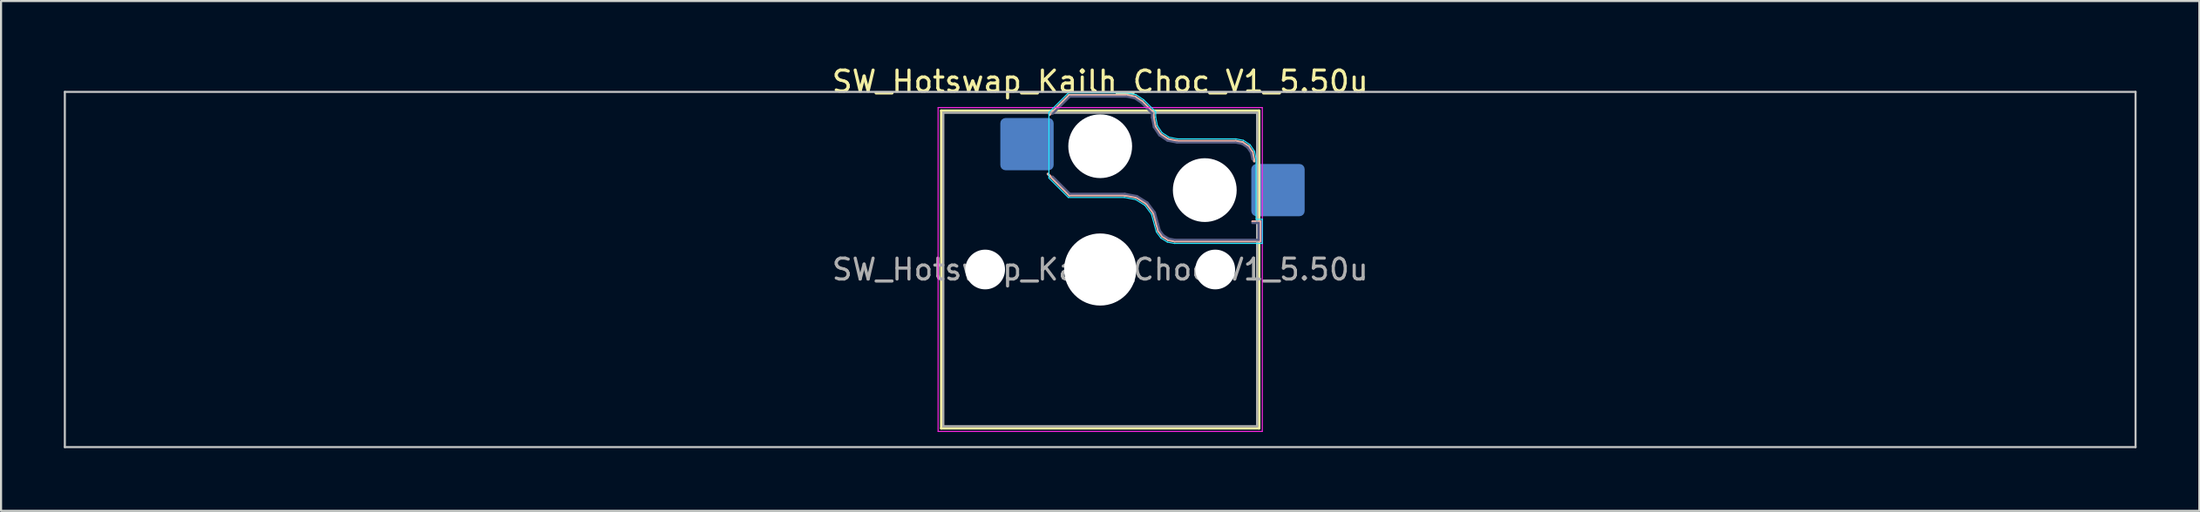
<source format=kicad_pcb>
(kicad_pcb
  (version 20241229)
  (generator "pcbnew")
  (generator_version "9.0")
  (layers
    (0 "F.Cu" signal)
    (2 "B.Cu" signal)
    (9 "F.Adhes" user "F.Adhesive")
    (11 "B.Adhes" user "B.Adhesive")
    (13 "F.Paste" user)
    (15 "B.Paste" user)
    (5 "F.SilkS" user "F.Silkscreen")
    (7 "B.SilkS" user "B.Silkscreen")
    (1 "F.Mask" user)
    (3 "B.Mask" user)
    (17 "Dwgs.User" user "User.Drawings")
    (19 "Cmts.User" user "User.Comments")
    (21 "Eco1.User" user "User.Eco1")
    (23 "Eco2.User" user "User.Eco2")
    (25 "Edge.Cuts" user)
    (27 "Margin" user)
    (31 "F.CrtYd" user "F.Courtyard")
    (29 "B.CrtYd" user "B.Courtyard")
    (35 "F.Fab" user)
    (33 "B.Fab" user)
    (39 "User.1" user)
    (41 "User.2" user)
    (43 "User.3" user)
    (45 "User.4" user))
  (footprint "SW_Hotswap_Kailh_Choc_V1_5.50u"
    (layer "F.Cu")
    (at 49.55 9.848)
    (property "Reference" "SW_Hotswap_Kailh_Choc_V1_5.50u" (at 0 -9 0) (layer "F.SilkS") (effects (font (size 1 1) (thickness 0.15))))
    (attr smd)
    (fp_line (start -7.6 -7.6) (end -7.6 7.6) (stroke (width 0.12) (type solid)) (layer "F.SilkS"))
    (fp_line (start -7.6 7.6) (end 7.6 7.6) (stroke (width 0.12) (type solid)) (layer "F.SilkS"))
    (fp_line (start 7.6 -7.6) (end -7.6 -7.6) (stroke (width 0.12) (type solid)) (layer "F.SilkS"))
    (fp_line (start 7.6 7.6) (end 7.6 -7.6) (stroke (width 0.12) (type solid)) (layer "F.SilkS"))
    (fp_line (start -2.416 -7.409) (end -1.479 -8.346) (stroke (width 0.12) (type solid)) (layer "B.SilkS"))
    (fp_line (start -1.479 -8.346) (end 1.268 -8.346) (stroke (width 0.12) (type solid)) (layer "B.SilkS"))
    (fp_line (start -1.479 -3.554) (end -2.5 -4.575) (stroke (width 0.12) (type solid)) (layer "B.SilkS"))
    (fp_line (start 1.168 -3.554) (end -1.479 -3.554) (stroke (width 0.12) (type solid)) (layer "B.SilkS"))
    (fp_line (start 1.268 -8.346) (end 1.671 -8.266) (stroke (width 0.12) (type solid)) (layer "B.SilkS"))
    (fp_line (start 1.671 -8.266) (end 2.013 -8.037) (stroke (width 0.12) (type solid)) (layer "B.SilkS"))
    (fp_line (start 1.73 -3.449) (end 1.168 -3.554) (stroke (width 0.12) (type solid)) (layer "B.SilkS"))
    (fp_line (start 2.013 -8.037) (end 2.546 -7.504) (stroke (width 0.12) (type solid)) (layer "B.SilkS"))
    (fp_line (start 2.209 -3.15) (end 1.73 -3.449) (stroke (width 0.12) (type solid)) (layer "B.SilkS"))
    (fp_line (start 2.546 -7.504) (end 2.546 -7.282) (stroke (width 0.12) (type solid)) (layer "B.SilkS"))
    (fp_line (start 2.546 -7.282) (end 2.633 -6.844) (stroke (width 0.12) (type solid)) (layer "B.SilkS"))
    (fp_line (start 2.547 -2.697) (end 2.209 -3.15) (stroke (width 0.12) (type solid)) (layer "B.SilkS"))
    (fp_line (start 2.633 -6.844) (end 2.877 -6.477) (stroke (width 0.12) (type solid)) (layer "B.SilkS"))
    (fp_line (start 2.701 -2.139) (end 2.547 -2.697) (stroke (width 0.12) (type solid)) (layer "B.SilkS"))
    (fp_line (start 2.783 -1.841) (end 2.701 -2.139) (stroke (width 0.12) (type solid)) (layer "B.SilkS"))
    (fp_line (start 2.877 -6.477) (end 3.244 -6.233) (stroke (width 0.12) (type solid)) (layer "B.SilkS"))
    (fp_line (start 2.976 -1.583) (end 2.783 -1.841) (stroke (width 0.12) (type solid)) (layer "B.SilkS"))
    (fp_line (start 3.244 -6.233) (end 3.682 -6.146) (stroke (width 0.12) (type solid)) (layer "B.SilkS"))
    (fp_line (start 3.25 -1.413) (end 2.976 -1.583) (stroke (width 0.12) (type solid)) (layer "B.SilkS"))
    (fp_line (start 3.56 -1.354) (end 3.25 -1.413) (stroke (width 0.12) (type solid)) (layer "B.SilkS"))
    (fp_line (start 3.682 -6.146) (end 6.482 -6.146) (stroke (width 0.12) (type solid)) (layer "B.SilkS"))
    (fp_line (start 6.482 -6.146) (end 6.809 -6.081) (stroke (width 0.12) (type solid)) (layer "B.SilkS"))
    (fp_line (start 6.809 -6.081) (end 7.092 -5.892) (stroke (width 0.12) (type solid)) (layer "B.SilkS"))
    (fp_line (start 7.092 -5.892) (end 7.281 -5.609) (stroke (width 0.12) (type solid)) (layer "B.SilkS"))
    (fp_line (start 7.281 -5.609) (end 7.366 -5.182) (stroke (width 0.12) (type solid)) (layer "B.SilkS"))
    (fp_line (start 7.283 -2.296) (end 7.646 -2.296) (stroke (width 0.12) (type solid)) (layer "B.SilkS"))
    (fp_line (start 7.646 -2.296) (end 7.646 -1.354) (stroke (width 0.12) (type solid)) (layer "B.SilkS"))
    (fp_line (start 7.646 -1.354) (end 3.56 -1.354) (stroke (width 0.12) (type solid)) (layer "B.SilkS"))
    (fp_line (start -49.5 -8.5) (end -49.5 8.5) (stroke (width 0.1) (type solid)) (layer "Dwgs.User"))
    (fp_line (start -49.5 8.5) (end 49.5 8.5) (stroke (width 0.1) (type solid)) (layer "Dwgs.User"))
    (fp_line (start 49.5 -8.5) (end -49.5 -8.5) (stroke (width 0.1) (type solid)) (layer "Dwgs.User"))
    (fp_line (start 49.5 8.5) (end 49.5 -8.5) (stroke (width 0.1) (type solid)) (layer "Dwgs.User"))
    (fp_line (start -7.25 -7.25) (end -7.25 7.25) (stroke (width 0.1) (type solid)) (layer "Eco1.User"))
    (fp_line (start -7.25 7.25) (end 7.25 7.25) (stroke (width 0.1) (type solid)) (layer "Eco1.User"))
    (fp_line (start 7.25 -7.25) (end -7.25 -7.25) (stroke (width 0.1) (type solid)) (layer "Eco1.User"))
    (fp_line (start 7.25 7.25) (end 7.25 -7.25) (stroke (width 0.1) (type solid)) (layer "Eco1.User"))
    (fp_line (start -2.452 -7.523) (end -1.523 -8.452) (stroke (width 0.05) (type solid)) (layer "B.CrtYd"))
    (fp_line (start -2.452 -4.377) (end -2.452 -7.523) (stroke (width 0.05) (type solid)) (layer "B.CrtYd"))
    (fp_line (start -1.523 -8.452) (end 1.278 -8.452) (stroke (width 0.05) (type solid)) (layer "B.CrtYd"))
    (fp_line (start -1.523 -3.448) (end -2.452 -4.377) (stroke (width 0.05) (type solid)) (layer "B.CrtYd"))
    (fp_line (start 1.159 -3.448) (end -1.523 -3.448) (stroke (width 0.05) (type solid)) (layer "B.CrtYd"))
    (fp_line (start 1.278 -8.452) (end 1.712 -8.366) (stroke (width 0.05) (type solid)) (layer "B.CrtYd"))
    (fp_line (start 1.691 -3.348) (end 1.159 -3.448) (stroke (width 0.05) (type solid)) (layer "B.CrtYd"))
    (fp_line (start 1.712 -8.366) (end 2.081 -8.119) (stroke (width 0.05) (type solid)) (layer "B.CrtYd"))
    (fp_line (start 2.081 -8.119) (end 2.652 -7.548) (stroke (width 0.05) (type solid)) (layer "B.CrtYd"))
    (fp_line (start 2.136 -3.071) (end 1.691 -3.348) (stroke (width 0.05) (type solid)) (layer "B.CrtYd"))
    (fp_line (start 2.45 -2.65) (end 2.136 -3.071) (stroke (width 0.05) (type solid)) (layer "B.CrtYd"))
    (fp_line (start 2.599 -2.111) (end 2.45 -2.65) (stroke (width 0.05) (type solid)) (layer "B.CrtYd"))
    (fp_line (start 2.652 -7.548) (end 2.652 -7.292) (stroke (width 0.05) (type solid)) (layer "B.CrtYd"))
    (fp_line (start 2.652 -7.292) (end 2.733 -6.885) (stroke (width 0.05) (type solid)) (layer "B.CrtYd"))
    (fp_line (start 2.687 -1.794) (end 2.599 -2.111) (stroke (width 0.05) (type solid)) (layer "B.CrtYd"))
    (fp_line (start 2.733 -6.885) (end 2.953 -6.553) (stroke (width 0.05) (type solid)) (layer "B.CrtYd"))
    (fp_line (start 2.903 -1.503) (end 2.687 -1.794) (stroke (width 0.05) (type solid)) (layer "B.CrtYd"))
    (fp_line (start 2.953 -6.553) (end 3.285 -6.333) (stroke (width 0.05) (type solid)) (layer "B.CrtYd"))
    (fp_line (start 3.211 -1.312) (end 2.903 -1.503) (stroke (width 0.05) (type solid)) (layer "B.CrtYd"))
    (fp_line (start 3.285 -6.333) (end 3.692 -6.252) (stroke (width 0.05) (type solid)) (layer "B.CrtYd"))
    (fp_line (start 3.55 -1.248) (end 3.211 -1.312) (stroke (width 0.05) (type solid)) (layer "B.CrtYd"))
    (fp_line (start 3.692 -6.252) (end 6.492 -6.252) (stroke (width 0.05) (type solid)) (layer "B.CrtYd"))
    (fp_line (start 6.492 -6.252) (end 6.85 -6.181) (stroke (width 0.05) (type solid)) (layer "B.CrtYd"))
    (fp_line (start 6.85 -6.181) (end 7.168 -5.968) (stroke (width 0.05) (type solid)) (layer "B.CrtYd"))
    (fp_line (start 7.168 -5.968) (end 7.381 -5.65) (stroke (width 0.05) (type solid)) (layer "B.CrtYd"))
    (fp_line (start 7.381 -5.65) (end 7.452 -5.292) (stroke (width 0.05) (type solid)) (layer "B.CrtYd"))
    (fp_line (start 7.452 -5.292) (end 7.452 -2.402) (stroke (width 0.05) (type solid)) (layer "B.CrtYd"))
    (fp_line (start 7.452 -2.402) (end 7.752 -2.402) (stroke (width 0.05) (type solid)) (layer "B.CrtYd"))
    (fp_line (start 7.752 -2.402) (end 7.752 -1.248) (stroke (width 0.05) (type solid)) (layer "B.CrtYd"))
    (fp_line (start 7.752 -1.248) (end 3.55 -1.248) (stroke (width 0.05) (type solid)) (layer "B.CrtYd"))
    (fp_line (start -7.75 -7.75) (end -7.75 7.75) (stroke (width 0.05) (type solid)) (layer "F.CrtYd"))
    (fp_line (start -7.75 7.75) (end 7.75 7.75) (stroke (width 0.05) (type solid)) (layer "F.CrtYd"))
    (fp_line (start 7.75 -7.75) (end -7.75 -7.75) (stroke (width 0.05) (type solid)) (layer "F.CrtYd"))
    (fp_line (start 7.75 7.75) (end 7.75 -7.75) (stroke (width 0.05) (type solid)) (layer "F.CrtYd"))
    (fp_line (start -2.275 -7.45) (end -1.45 -8.275) (stroke (width 0.1) (type solid)) (layer "B.Fab"))
    (fp_line (start -1.45 -8.275) (end 1.261 -8.275) (stroke (width 0.1) (type solid)) (layer "B.Fab"))
    (fp_line (start -1.45 -3.625) (end -2.275 -4.45) (stroke (width 0.1) (type solid)) (layer "B.Fab"))
    (fp_line (start 1.175 -3.625) (end -1.45 -3.625) (stroke (width 0.1) (type solid)) (layer "B.Fab"))
    (fp_line (start 1.261 -8.275) (end 1.643 -8.199) (stroke (width 0.1) (type solid)) (layer "B.Fab"))
    (fp_line (start 1.643 -8.199) (end 1.968 -7.982) (stroke (width 0.1) (type solid)) (layer "B.Fab"))
    (fp_line (start 1.756 -3.516) (end 1.175 -3.625) (stroke (width 0.1) (type solid)) (layer "B.Fab"))
    (fp_line (start 1.968 -7.982) (end 2.475 -7.475) (stroke (width 0.1) (type solid)) (layer "B.Fab"))
    (fp_line (start 2.258 -3.203) (end 1.756 -3.516) (stroke (width 0.1) (type solid)) (layer "B.Fab"))
    (fp_line (start 2.475 -7.475) (end 2.475 -7.275) (stroke (width 0.1) (type solid)) (layer "B.Fab"))
    (fp_line (start 2.475 -7.275) (end 2.566 -6.816) (stroke (width 0.1) (type solid)) (layer "B.Fab"))
    (fp_line (start 2.566 -6.816) (end 2.826 -6.426) (stroke (width 0.1) (type solid)) (layer "B.Fab"))
    (fp_line (start 2.612 -2.729) (end 2.258 -3.203) (stroke (width 0.1) (type solid)) (layer "B.Fab"))
    (fp_line (start 2.769 -2.158) (end 2.612 -2.729) (stroke (width 0.1) (type solid)) (layer "B.Fab"))
    (fp_line (start 2.826 -6.426) (end 3.216 -6.166) (stroke (width 0.1) (type solid)) (layer "B.Fab"))
    (fp_line (start 2.848 -1.873) (end 2.769 -2.158) (stroke (width 0.1) (type solid)) (layer "B.Fab"))
    (fp_line (start 3.025 -1.636) (end 2.848 -1.873) (stroke (width 0.1) (type solid)) (layer "B.Fab"))
    (fp_line (start 3.216 -6.166) (end 3.675 -6.075) (stroke (width 0.1) (type solid)) (layer "B.Fab"))
    (fp_line (start 3.276 -1.48) (end 3.025 -1.636) (stroke (width 0.1) (type solid)) (layer "B.Fab"))
    (fp_line (start 3.567 -1.425) (end 3.276 -1.48) (stroke (width 0.1) (type solid)) (layer "B.Fab"))
    (fp_line (start 3.675 -6.075) (end 6.475 -6.075) (stroke (width 0.1) (type solid)) (layer "B.Fab"))
    (fp_line (start 6.475 -6.075) (end 6.781 -6.014) (stroke (width 0.1) (type solid)) (layer "B.Fab"))
    (fp_line (start 6.781 -6.014) (end 7.041 -5.841) (stroke (width 0.1) (type solid)) (layer "B.Fab"))
    (fp_line (start 7.041 -5.841) (end 7.214 -5.581) (stroke (width 0.1) (type solid)) (layer "B.Fab"))
    (fp_line (start 7.214 -5.581) (end 7.275 -5.275) (stroke (width 0.1) (type solid)) (layer "B.Fab"))
    (fp_line (start 7.275 -2.225) (end 7.575 -2.225) (stroke (width 0.1) (type solid)) (layer "B.Fab"))
    (fp_line (start 7.575 -2.225) (end 7.575 -1.425) (stroke (width 0.1) (type solid)) (layer "B.Fab"))
    (fp_line (start 7.575 -1.425) (end 3.567 -1.425) (stroke (width 0.1) (type solid)) (layer "B.Fab"))
    (fp_line (start -7.5 -7.5) (end -7.5 7.5) (stroke (width 0.1) (type solid)) (layer "F.Fab"))
    (fp_line (start -7.5 7.5) (end 7.5 7.5) (stroke (width 0.1) (type solid)) (layer "F.Fab"))
    (fp_line (start 7.5 -7.5) (end -7.5 -7.5) (stroke (width 0.1) (type solid)) (layer "F.Fab"))
    (fp_line (start 7.5 7.5) (end 7.5 -7.5) (stroke (width 0.1) (type solid)) (layer "F.Fab"))
    (fp_text user "${REFERENCE}" (at 0 0 0) (layer "F.Fab") (effects (font (size 1 1) (thickness 0.15))))
    (pad "" np_thru_hole circle (at -5.5 0) (size 1.9 1.9) (drill 1.9) (layers "*.Cu" "*.Mask"))
    (pad "" np_thru_hole circle (at 0 -5.9) (size 3.05 3.05) (drill 3.05) (layers "*.Cu" "*.Mask"))
    (pad "" np_thru_hole circle (at 0 0) (size 3.45 3.45) (drill 3.45) (layers "*.Cu" "*.Mask"))
    (pad "" np_thru_hole circle (at 5 -3.8) (size 3.05 3.05) (drill 3.05) (layers "*.Cu" "*.Mask"))
    (pad "" np_thru_hole circle (at 5.5 0) (size 1.9 1.9) (drill 1.9) (layers "*.Cu" "*.Mask"))
    (pad "1" smd roundrect (at -3.5 -6) (size 2.55 2.5) (layers "B.Cu" "B.Mask" "B.Paste") (roundrect_rratio 0.1))
    (pad "2" smd roundrect (at 8.5 -3.8) (size 2.55 2.5) (layers "B.Cu" "B.Mask" "B.Paste") (roundrect_rratio 0.1)))
  (gr_rect
    (start -3 -3)
    (end 102.1 21.398)
    (stroke (width 0.1) (type default))
    (fill no)
    (layer "Edge.Cuts")))
</source>
